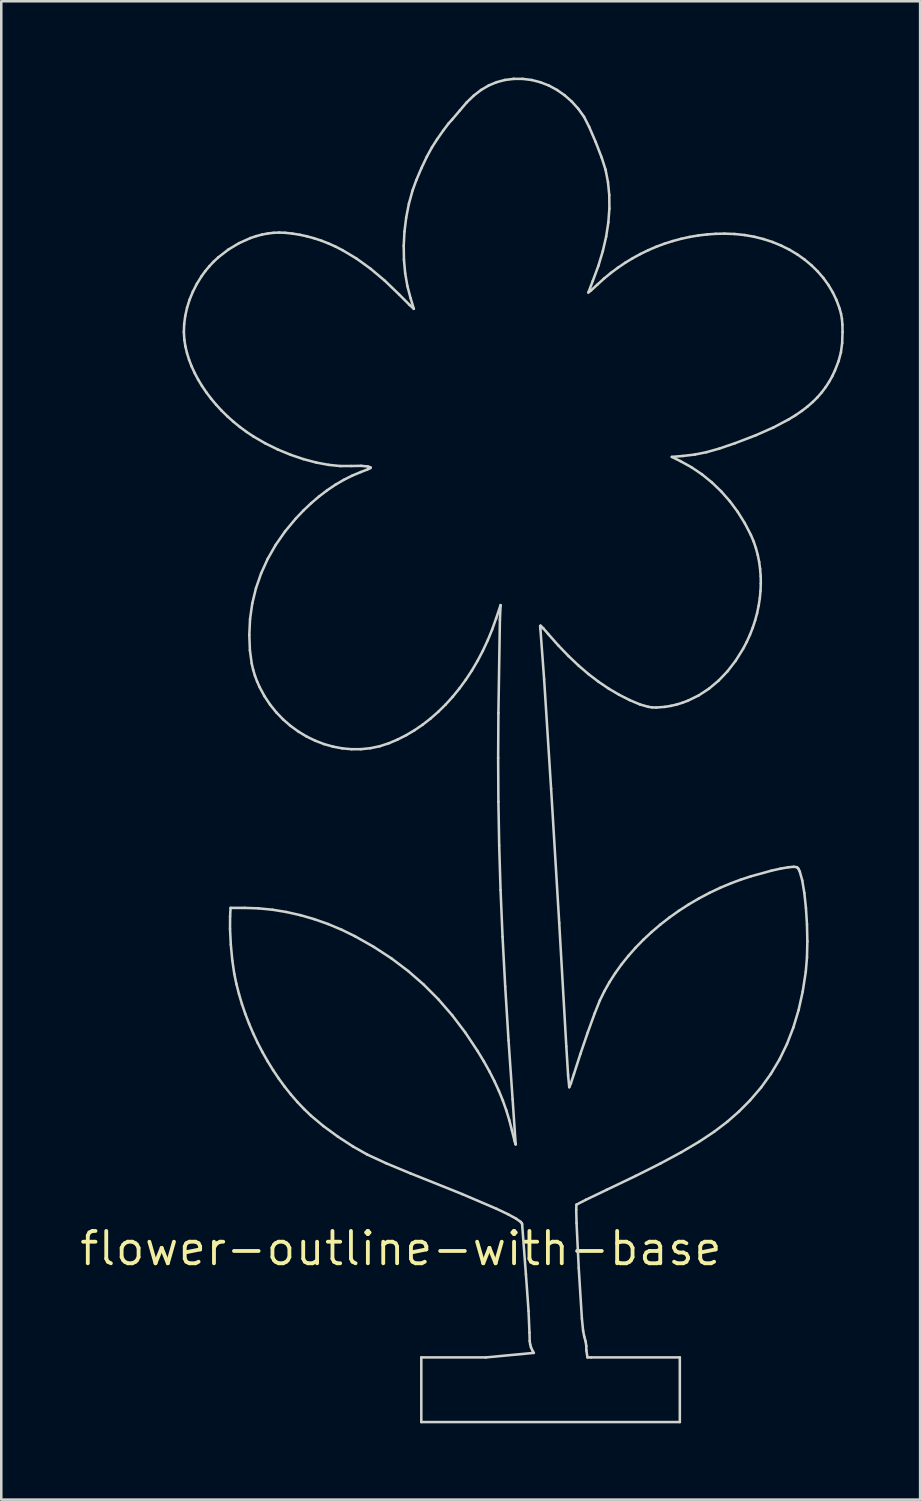
<source format=kicad_pcb>
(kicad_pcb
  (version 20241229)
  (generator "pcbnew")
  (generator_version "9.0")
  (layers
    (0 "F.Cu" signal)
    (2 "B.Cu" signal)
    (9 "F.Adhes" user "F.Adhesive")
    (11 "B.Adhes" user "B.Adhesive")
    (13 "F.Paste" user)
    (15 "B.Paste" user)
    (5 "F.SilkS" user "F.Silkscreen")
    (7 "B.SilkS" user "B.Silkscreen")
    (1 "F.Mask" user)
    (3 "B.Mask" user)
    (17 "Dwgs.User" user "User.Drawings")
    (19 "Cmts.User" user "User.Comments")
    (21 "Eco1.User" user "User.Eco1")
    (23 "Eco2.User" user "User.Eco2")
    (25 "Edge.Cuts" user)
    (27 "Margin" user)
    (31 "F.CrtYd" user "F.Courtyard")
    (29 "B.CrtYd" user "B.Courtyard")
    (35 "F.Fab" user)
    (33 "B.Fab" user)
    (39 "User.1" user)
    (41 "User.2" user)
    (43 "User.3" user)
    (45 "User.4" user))
  (footprint "flower-outline-with-base"
    (layer "F.Cu")
    (at 12.707 46.016)
    (property "Reference" "flower-outline-with-base" (at 0 0 0) (layer "F.SilkS") (effects (font (size 1.27 1.27) (thickness 0.15))))
    (attr through_hole)
    (fp_line (start -8.531 -36.014) (end -8.511 -35.706) (stroke (width 0.1) (type solid)) (layer "Edge.Cuts"))
    (fp_line (start -8.519 -36.33) (end -8.531 -36.014) (stroke (width 0.1) (type solid)) (layer "Edge.Cuts"))
    (fp_line (start -8.511 -35.706) (end -8.47 -35.448) (stroke (width 0.1) (type solid)) (layer "Edge.Cuts"))
    (fp_line (start -8.477 -36.65) (end -8.519 -36.33) (stroke (width 0.1) (type solid)) (layer "Edge.Cuts"))
    (fp_line (start -8.47 -35.448) (end -8.408 -35.189) (stroke (width 0.1) (type solid)) (layer "Edge.Cuts"))
    (fp_line (start -8.408 -35.189) (end -8.327 -34.929) (stroke (width 0.1) (type solid)) (layer "Edge.Cuts"))
    (fp_line (start -8.406 -36.971) (end -8.477 -36.65) (stroke (width 0.1) (type solid)) (layer "Edge.Cuts"))
    (fp_line (start -8.327 -34.929) (end -8.226 -34.668) (stroke (width 0.1) (type solid)) (layer "Edge.Cuts"))
    (fp_line (start -8.306 -37.29) (end -8.406 -36.971) (stroke (width 0.1) (type solid)) (layer "Edge.Cuts"))
    (fp_line (start -8.226 -34.668) (end -8.107 -34.409) (stroke (width 0.1) (type solid)) (layer "Edge.Cuts"))
    (fp_line (start -8.177 -37.604) (end -8.306 -37.29) (stroke (width 0.1) (type solid)) (layer "Edge.Cuts"))
    (fp_line (start -8.107 -34.409) (end -7.971 -34.151) (stroke (width 0.1) (type solid)) (layer "Edge.Cuts"))
    (fp_line (start -8.021 -37.911) (end -8.177 -37.604) (stroke (width 0.1) (type solid)) (layer "Edge.Cuts"))
    (fp_line (start -7.971 -34.151) (end -7.818 -33.897) (stroke (width 0.1) (type solid)) (layer "Edge.Cuts"))
    (fp_line (start -7.838 -38.207) (end -8.021 -37.911) (stroke (width 0.1) (type solid)) (layer "Edge.Cuts"))
    (fp_line (start -7.818 -33.897) (end -7.648 -33.646) (stroke (width 0.1) (type solid)) (layer "Edge.Cuts"))
    (fp_line (start -7.692 -38.409) (end -7.838 -38.207) (stroke (width 0.1) (type solid)) (layer "Edge.Cuts"))
    (fp_line (start -7.648 -33.646) (end -7.463 -33.401) (stroke (width 0.1) (type solid)) (layer "Edge.Cuts"))
    (fp_line (start -7.533 -38.6) (end -7.692 -38.409) (stroke (width 0.1) (type solid)) (layer "Edge.Cuts"))
    (fp_line (start -7.463 -33.401) (end -7.263 -33.161) (stroke (width 0.1) (type solid)) (layer "Edge.Cuts"))
    (fp_line (start -7.362 -38.782) (end -7.533 -38.6) (stroke (width 0.1) (type solid)) (layer "Edge.Cuts"))
    (fp_line (start -7.263 -33.161) (end -7.049 -32.929) (stroke (width 0.1) (type solid)) (layer "Edge.Cuts"))
    (fp_line (start -7.179 -38.952) (end -7.362 -38.782) (stroke (width 0.1) (type solid)) (layer "Edge.Cuts"))
    (fp_line (start -7.049 -32.929) (end -6.821 -32.705) (stroke (width 0.1) (type solid)) (layer "Edge.Cuts"))
    (fp_line (start -6.821 -32.705) (end -6.581 -32.49) (stroke (width 0.1) (type solid)) (layer "Edge.Cuts"))
    (fp_line (start -6.786 -39.256) (end -7.179 -38.952) (stroke (width 0.1) (type solid)) (layer "Edge.Cuts"))
    (fp_line (start -6.717 -12.558) (end -6.686 -11.945) (stroke (width 0.1) (type solid)) (layer "Edge.Cuts"))
    (fp_line (start -6.714 -13.055) (end -6.717 -12.558) (stroke (width 0.1) (type solid)) (layer "Edge.Cuts"))
    (fp_line (start -6.695 -13.386) (end -6.714 -13.055) (stroke (width 0.1) (type solid)) (layer "Edge.Cuts"))
    (fp_line (start -6.686 -11.945) (end -6.627 -11.32) (stroke (width 0.1) (type solid)) (layer "Edge.Cuts"))
    (fp_line (start -6.627 -11.32) (end -6.549 -10.789) (stroke (width 0.1) (type solid)) (layer "Edge.Cuts"))
    (fp_line (start -6.581 -32.49) (end -6.329 -32.285) (stroke (width 0.1) (type solid)) (layer "Edge.Cuts"))
    (fp_line (start -6.549 -10.789) (end -6.466 -10.395) (stroke (width 0.1) (type solid)) (layer "Edge.Cuts"))
    (fp_line (start -6.466 -10.395) (end -6.365 -10) (stroke (width 0.1) (type solid)) (layer "Edge.Cuts"))
    (fp_line (start -6.365 -10) (end -6.249 -9.608) (stroke (width 0.1) (type solid)) (layer "Edge.Cuts"))
    (fp_line (start -6.363 -39.51) (end -6.786 -39.256) (stroke (width 0.1) (type solid)) (layer "Edge.Cuts"))
    (fp_line (start -6.329 -32.285) (end -6.066 -32.091) (stroke (width 0.1) (type solid)) (layer "Edge.Cuts"))
    (fp_line (start -6.249 -9.608) (end -6.116 -9.219) (stroke (width 0.1) (type solid)) (layer "Edge.Cuts"))
    (fp_line (start -6.135 -13.386) (end -6.695 -13.386) (stroke (width 0.1) (type solid)) (layer "Edge.Cuts"))
    (fp_line (start -6.116 -9.219) (end -5.968 -8.833) (stroke (width 0.1) (type solid)) (layer "Edge.Cuts"))
    (fp_line (start -6.066 -32.091) (end -5.793 -31.91) (stroke (width 0.1) (type solid)) (layer "Edge.Cuts"))
    (fp_line (start -5.968 -8.833) (end -5.806 -8.453) (stroke (width 0.1) (type solid)) (layer "Edge.Cuts"))
    (fp_line (start -5.959 -24.118) (end -5.936 -23.513) (stroke (width 0.1) (type solid)) (layer "Edge.Cuts"))
    (fp_line (start -5.936 -23.513) (end -5.864 -22.988) (stroke (width 0.1) (type solid)) (layer "Edge.Cuts"))
    (fp_line (start -5.93 -24.739) (end -5.959 -24.118) (stroke (width 0.1) (type solid)) (layer "Edge.Cuts"))
    (fp_line (start -5.919 -39.709) (end -6.363 -39.51) (stroke (width 0.1) (type solid)) (layer "Edge.Cuts"))
    (fp_line (start -5.864 -22.988) (end -5.808 -22.746) (stroke (width 0.1) (type solid)) (layer "Edge.Cuts"))
    (fp_line (start -5.843 -25.349) (end -5.93 -24.739) (stroke (width 0.1) (type solid)) (layer "Edge.Cuts"))
    (fp_line (start -5.808 -22.746) (end -5.739 -22.514) (stroke (width 0.1) (type solid)) (layer "Edge.Cuts"))
    (fp_line (start -5.806 -8.453) (end -5.63 -8.08) (stroke (width 0.1) (type solid)) (layer "Edge.Cuts"))
    (fp_line (start -5.793 -31.91) (end -5.328 -31.64) (stroke (width 0.1) (type solid)) (layer "Edge.Cuts"))
    (fp_line (start -5.739 -22.514) (end -5.654 -22.286) (stroke (width 0.1) (type solid)) (layer "Edge.Cuts"))
    (fp_line (start -5.698 -25.948) (end -5.843 -25.349) (stroke (width 0.1) (type solid)) (layer "Edge.Cuts"))
    (fp_line (start -5.693 -39.785) (end -5.919 -39.709) (stroke (width 0.1) (type solid)) (layer "Edge.Cuts"))
    (fp_line (start -5.654 -22.286) (end -5.553 -22.06) (stroke (width 0.1) (type solid)) (layer "Edge.Cuts"))
    (fp_line (start -5.63 -8.08) (end -5.44 -7.714) (stroke (width 0.1) (type solid)) (layer "Edge.Cuts"))
    (fp_line (start -5.594 -13.368) (end -6.135 -13.386) (stroke (width 0.1) (type solid)) (layer "Edge.Cuts"))
    (fp_line (start -5.553 -22.06) (end -5.363 -21.706) (stroke (width 0.1) (type solid)) (layer "Edge.Cuts"))
    (fp_line (start -5.495 -26.532) (end -5.698 -25.948) (stroke (width 0.1) (type solid)) (layer "Edge.Cuts"))
    (fp_line (start -5.465 -39.846) (end -5.693 -39.785) (stroke (width 0.1) (type solid)) (layer "Edge.Cuts"))
    (fp_line (start -5.44 -7.714) (end -5.239 -7.358) (stroke (width 0.1) (type solid)) (layer "Edge.Cuts"))
    (fp_line (start -5.363 -21.706) (end -5.145 -21.377) (stroke (width 0.1) (type solid)) (layer "Edge.Cuts"))
    (fp_line (start -5.328 -31.64) (end -4.839 -31.4) (stroke (width 0.1) (type solid)) (layer "Edge.Cuts"))
    (fp_line (start -5.239 -7.358) (end -5.025 -7.011) (stroke (width 0.1) (type solid)) (layer "Edge.Cuts"))
    (fp_line (start -5.237 -27.101) (end -5.495 -26.532) (stroke (width 0.1) (type solid)) (layer "Edge.Cuts"))
    (fp_line (start -5.236 -39.89) (end -5.465 -39.846) (stroke (width 0.1) (type solid)) (layer "Edge.Cuts"))
    (fp_line (start -5.145 -21.377) (end -4.9 -21.072) (stroke (width 0.1) (type solid)) (layer "Edge.Cuts"))
    (fp_line (start -5.048 -13.314) (end -5.594 -13.368) (stroke (width 0.1) (type solid)) (layer "Edge.Cuts"))
    (fp_line (start -5.025 -7.011) (end -4.801 -6.677) (stroke (width 0.1) (type solid)) (layer "Edge.Cuts"))
    (fp_line (start -5.007 -39.917) (end -5.236 -39.89) (stroke (width 0.1) (type solid)) (layer "Edge.Cuts"))
    (fp_line (start -4.923 -27.65) (end -5.237 -27.101) (stroke (width 0.1) (type solid)) (layer "Edge.Cuts"))
    (fp_line (start -4.9 -21.072) (end -4.632 -20.794) (stroke (width 0.1) (type solid)) (layer "Edge.Cuts"))
    (fp_line (start -4.839 -31.4) (end -4.337 -31.193) (stroke (width 0.1) (type solid)) (layer "Edge.Cuts"))
    (fp_line (start -4.801 -6.677) (end -4.566 -6.355) (stroke (width 0.1) (type solid)) (layer "Edge.Cuts"))
    (fp_line (start -4.781 -39.927) (end -5.007 -39.917) (stroke (width 0.1) (type solid)) (layer "Edge.Cuts"))
    (fp_line (start -4.632 -20.794) (end -4.342 -20.541) (stroke (width 0.1) (type solid)) (layer "Edge.Cuts"))
    (fp_line (start -4.566 -6.355) (end -4.321 -6.047) (stroke (width 0.1) (type solid)) (layer "Edge.Cuts"))
    (fp_line (start -4.558 -39.918) (end -4.781 -39.927) (stroke (width 0.1) (type solid)) (layer "Edge.Cuts"))
    (fp_line (start -4.555 -28.18) (end -4.923 -27.65) (stroke (width 0.1) (type solid)) (layer "Edge.Cuts"))
    (fp_line (start -4.499 -13.224) (end -5.048 -13.314) (stroke (width 0.1) (type solid)) (layer "Edge.Cuts"))
    (fp_line (start -4.342 -20.541) (end -4.034 -20.318) (stroke (width 0.1) (type solid)) (layer "Edge.Cuts"))
    (fp_line (start -4.337 -31.193) (end -3.831 -31.022) (stroke (width 0.1) (type solid)) (layer "Edge.Cuts"))
    (fp_line (start -4.321 -6.047) (end -4.067 -5.754) (stroke (width 0.1) (type solid)) (layer "Edge.Cuts"))
    (fp_line (start -4.266 -39.887) (end -4.558 -39.918) (stroke (width 0.1) (type solid)) (layer "Edge.Cuts"))
    (fp_line (start -4.134 -28.686) (end -4.555 -28.18) (stroke (width 0.1) (type solid)) (layer "Edge.Cuts"))
    (fp_line (start -4.067 -5.754) (end -3.804 -5.478) (stroke (width 0.1) (type solid)) (layer "Edge.Cuts"))
    (fp_line (start -4.034 -20.318) (end -3.71 -20.122) (stroke (width 0.1) (type solid)) (layer "Edge.Cuts"))
    (fp_line (start -3.978 -39.84) (end -4.266 -39.887) (stroke (width 0.1) (type solid)) (layer "Edge.Cuts"))
    (fp_line (start -3.95 -13.1) (end -4.499 -13.224) (stroke (width 0.1) (type solid)) (layer "Edge.Cuts"))
    (fp_line (start -3.834 -29.001) (end -4.134 -28.686) (stroke (width 0.1) (type solid)) (layer "Edge.Cuts"))
    (fp_line (start -3.831 -31.022) (end -3.332 -30.889) (stroke (width 0.1) (type solid)) (layer "Edge.Cuts"))
    (fp_line (start -3.804 -5.478) (end -3.535 -5.219) (stroke (width 0.1) (type solid)) (layer "Edge.Cuts"))
    (fp_line (start -3.71 -20.122) (end -3.372 -19.958) (stroke (width 0.1) (type solid)) (layer "Edge.Cuts"))
    (fp_line (start -3.692 -39.778) (end -3.978 -39.84) (stroke (width 0.1) (type solid)) (layer "Edge.Cuts"))
    (fp_line (start -3.535 -5.219) (end -3.047 -4.811) (stroke (width 0.1) (type solid)) (layer "Edge.Cuts"))
    (fp_line (start -3.528 -29.291) (end -3.834 -29.001) (stroke (width 0.1) (type solid)) (layer "Edge.Cuts"))
    (fp_line (start -3.409 -39.701) (end -3.692 -39.778) (stroke (width 0.1) (type solid)) (layer "Edge.Cuts"))
    (fp_line (start -3.403 -12.942) (end -3.95 -13.1) (stroke (width 0.1) (type solid)) (layer "Edge.Cuts"))
    (fp_line (start -3.372 -19.958) (end -3.024 -19.824) (stroke (width 0.1) (type solid)) (layer "Edge.Cuts"))
    (fp_line (start -3.332 -30.889) (end -2.847 -30.798) (stroke (width 0.1) (type solid)) (layer "Edge.Cuts"))
    (fp_line (start -3.217 -29.557) (end -3.528 -29.291) (stroke (width 0.1) (type solid)) (layer "Edge.Cuts"))
    (fp_line (start -3.127 -39.608) (end -3.409 -39.701) (stroke (width 0.1) (type solid)) (layer "Edge.Cuts"))
    (fp_line (start -3.047 -4.811) (end -2.481 -4.397) (stroke (width 0.1) (type solid)) (layer "Edge.Cuts"))
    (fp_line (start -3.024 -19.824) (end -2.666 -19.723) (stroke (width 0.1) (type solid)) (layer "Edge.Cuts"))
    (fp_line (start -2.9 -29.798) (end -3.217 -29.557) (stroke (width 0.1) (type solid)) (layer "Edge.Cuts"))
    (fp_line (start -2.862 -12.751) (end -3.403 -12.942) (stroke (width 0.1) (type solid)) (layer "Edge.Cuts"))
    (fp_line (start -2.848 -39.499) (end -3.127 -39.608) (stroke (width 0.1) (type solid)) (layer "Edge.Cuts"))
    (fp_line (start -2.847 -30.798) (end -2.387 -30.751) (stroke (width 0.1) (type solid)) (layer "Edge.Cuts"))
    (fp_line (start -2.666 -19.723) (end -2.302 -19.655) (stroke (width 0.1) (type solid)) (layer "Edge.Cuts"))
    (fp_line (start -2.578 -30.015) (end -2.9 -29.798) (stroke (width 0.1) (type solid)) (layer "Edge.Cuts"))
    (fp_line (start -2.57 -39.374) (end -2.848 -39.499) (stroke (width 0.1) (type solid)) (layer "Edge.Cuts"))
    (fp_line (start -2.481 -4.397) (end -1.89 -4.012) (stroke (width 0.1) (type solid)) (layer "Edge.Cuts"))
    (fp_line (start -2.387 -30.751) (end -1.962 -30.752) (stroke (width 0.1) (type solid)) (layer "Edge.Cuts"))
    (fp_line (start -2.329 -12.527) (end -2.862 -12.751) (stroke (width 0.1) (type solid)) (layer "Edge.Cuts"))
    (fp_line (start -2.302 -19.655) (end -1.935 -19.622) (stroke (width 0.1) (type solid)) (layer "Edge.Cuts"))
    (fp_line (start -2.293 -39.232) (end -2.57 -39.374) (stroke (width 0.1) (type solid)) (layer "Edge.Cuts"))
    (fp_line (start -2.25 -30.206) (end -2.578 -30.015) (stroke (width 0.1) (type solid)) (layer "Edge.Cuts"))
    (fp_line (start -1.962 -30.752) (end -1.565 -30.759) (stroke (width 0.1) (type solid)) (layer "Edge.Cuts"))
    (fp_line (start -1.935 -19.622) (end -1.566 -19.624) (stroke (width 0.1) (type solid)) (layer "Edge.Cuts"))
    (fp_line (start -1.917 -30.373) (end -2.25 -30.206) (stroke (width 0.1) (type solid)) (layer "Edge.Cuts"))
    (fp_line (start -1.89 -4.012) (end -1.326 -3.693) (stroke (width 0.1) (type solid)) (layer "Edge.Cuts"))
    (fp_line (start -1.806 -12.271) (end -2.329 -12.527) (stroke (width 0.1) (type solid)) (layer "Edge.Cuts"))
    (fp_line (start -1.74 -38.9) (end -2.293 -39.232) (stroke (width 0.1) (type solid)) (layer "Edge.Cuts"))
    (fp_line (start -1.579 -30.514) (end -1.917 -30.373) (stroke (width 0.1) (type solid)) (layer "Edge.Cuts"))
    (fp_line (start -1.566 -19.624) (end -1.198 -19.663) (stroke (width 0.1) (type solid)) (layer "Edge.Cuts"))
    (fp_line (start -1.565 -30.759) (end -1.3 -30.733) (stroke (width 0.1) (type solid)) (layer "Edge.Cuts"))
    (fp_line (start -1.326 -3.693) (end -0.575 -3.346) (stroke (width 0.1) (type solid)) (layer "Edge.Cuts"))
    (fp_line (start -1.321 -30.614) (end -1.579 -30.514) (stroke (width 0.1) (type solid)) (layer "Edge.Cuts"))
    (fp_line (start -1.3 -30.733) (end -1.208 -30.703) (stroke (width 0.1) (type solid)) (layer "Edge.Cuts"))
    (fp_line (start -1.208 -30.703) (end -1.194 -30.688) (stroke (width 0.1) (type solid)) (layer "Edge.Cuts"))
    (fp_line (start -1.206 -30.67) (end -1.321 -30.614) (stroke (width 0.1) (type solid)) (layer "Edge.Cuts"))
    (fp_line (start -1.198 -19.663) (end -0.835 -19.739) (stroke (width 0.1) (type solid)) (layer "Edge.Cuts"))
    (fp_line (start -1.194 -30.688) (end -1.206 -30.67) (stroke (width 0.1) (type solid)) (layer "Edge.Cuts"))
    (fp_line (start -1.187 -38.5) (end -1.74 -38.9) (stroke (width 0.1) (type solid)) (layer "Edge.Cuts"))
    (fp_line (start -1.065 -11.852) (end -1.806 -12.271) (stroke (width 0.1) (type solid)) (layer "Edge.Cuts"))
    (fp_line (start -0.835 -19.739) (end -0.478 -19.855) (stroke (width 0.1) (type solid)) (layer "Edge.Cuts"))
    (fp_line (start -0.632 -38.032) (end -1.187 -38.5) (stroke (width 0.1) (type solid)) (layer "Edge.Cuts"))
    (fp_line (start -0.575 -3.346) (end 0.381 -2.949) (stroke (width 0.1) (type solid)) (layer "Edge.Cuts"))
    (fp_line (start -0.478 -19.855) (end -0.132 -20.002) (stroke (width 0.1) (type solid)) (layer "Edge.Cuts"))
    (fp_line (start -0.369 -11.398) (end -1.065 -11.852) (stroke (width 0.1) (type solid)) (layer "Edge.Cuts"))
    (fp_line (start -0.132 -20.002) (end 0.207 -20.174) (stroke (width 0.1) (type solid)) (layer "Edge.Cuts"))
    (fp_line (start -0.071 -37.493) (end -0.632 -38.032) (stroke (width 0.1) (type solid)) (layer "Edge.Cuts"))
    (fp_line (start 0.109 -39.407) (end 0.118 -38.859) (stroke (width 0.1) (type solid)) (layer "Edge.Cuts"))
    (fp_line (start 0.118 -38.859) (end 0.166 -38.327) (stroke (width 0.1) (type solid)) (layer "Edge.Cuts"))
    (fp_line (start 0.138 -39.962) (end 0.109 -39.407) (stroke (width 0.1) (type solid)) (layer "Edge.Cuts"))
    (fp_line (start 0.166 -38.327) (end 0.254 -37.819) (stroke (width 0.1) (type solid)) (layer "Edge.Cuts"))
    (fp_line (start 0.206 -40.515) (end 0.138 -39.962) (stroke (width 0.1) (type solid)) (layer "Edge.Cuts"))
    (fp_line (start 0.207 -20.174) (end 0.537 -20.37) (stroke (width 0.1) (type solid)) (layer "Edge.Cuts"))
    (fp_line (start 0.254 -37.819) (end 0.38 -37.344) (stroke (width 0.1) (type solid)) (layer "Edge.Cuts"))
    (fp_line (start 0.283 -10.905) (end -0.369 -11.398) (stroke (width 0.1) (type solid)) (layer "Edge.Cuts"))
    (fp_line (start 0.312 -41.058) (end 0.206 -40.515) (stroke (width 0.1) (type solid)) (layer "Edge.Cuts"))
    (fp_line (start 0.336 -37.085) (end -0.071 -37.493) (stroke (width 0.1) (type solid)) (layer "Edge.Cuts"))
    (fp_line (start 0.38 -37.344) (end 0.506 -36.929) (stroke (width 0.1) (type solid)) (layer "Edge.Cuts"))
    (fp_line (start 0.381 -2.949) (end 2.402 -2.14) (stroke (width 0.1) (type solid)) (layer "Edge.Cuts"))
    (fp_line (start 0.457 -41.581) (end 0.312 -41.058) (stroke (width 0.1) (type solid)) (layer "Edge.Cuts"))
    (fp_line (start 0.506 -36.929) (end 0.336 -37.085) (stroke (width 0.1) (type solid)) (layer "Edge.Cuts"))
    (fp_line (start 0.537 -20.37) (end 0.858 -20.589) (stroke (width 0.1) (type solid)) (layer "Edge.Cuts"))
    (fp_line (start 0.605 -41.989) (end 0.457 -41.581) (stroke (width 0.1) (type solid)) (layer "Edge.Cuts"))
    (fp_line (start 0.8 4.28) (end 0.8 6.82) (stroke (width 0.1) (type solid)) (layer "Edge.Cuts"))
    (fp_line (start 0.8 6.82) (end 10.96 6.82) (stroke (width 0.1) (type solid)) (layer "Edge.Cuts"))
    (fp_line (start 0.801 -42.45) (end 0.605 -41.989) (stroke (width 0.1) (type solid)) (layer "Edge.Cuts"))
    (fp_line (start 0.858 -20.589) (end 1.169 -20.832) (stroke (width 0.1) (type solid)) (layer "Edge.Cuts"))
    (fp_line (start 0.896 -10.371) (end 0.283 -10.905) (stroke (width 0.1) (type solid)) (layer "Edge.Cuts"))
    (fp_line (start 1.014 -42.9) (end 0.801 -42.45) (stroke (width 0.1) (type solid)) (layer "Edge.Cuts"))
    (fp_line (start 1.169 -20.832) (end 1.469 -21.096) (stroke (width 0.1) (type solid)) (layer "Edge.Cuts"))
    (fp_line (start 1.217 -43.273) (end 1.014 -42.9) (stroke (width 0.1) (type solid)) (layer "Edge.Cuts"))
    (fp_line (start 1.419 -43.588) (end 1.217 -43.273) (stroke (width 0.1) (type solid)) (layer "Edge.Cuts"))
    (fp_line (start 1.469 -21.096) (end 1.759 -21.381) (stroke (width 0.1) (type solid)) (layer "Edge.Cuts"))
    (fp_line (start 1.471 -9.793) (end 0.896 -10.371) (stroke (width 0.1) (type solid)) (layer "Edge.Cuts"))
    (fp_line (start 1.66 -43.933) (end 1.419 -43.588) (stroke (width 0.1) (type solid)) (layer "Edge.Cuts"))
    (fp_line (start 1.759 -21.381) (end 2.036 -21.687) (stroke (width 0.1) (type solid)) (layer "Edge.Cuts"))
    (fp_line (start 1.877 -44.22) (end 1.66 -43.933) (stroke (width 0.1) (type solid)) (layer "Edge.Cuts"))
    (fp_line (start 2.009 -44.365) (end 1.877 -44.22) (stroke (width 0.1) (type solid)) (layer "Edge.Cuts"))
    (fp_line (start 2.013 -9.168) (end 1.471 -9.793) (stroke (width 0.1) (type solid)) (layer "Edge.Cuts"))
    (fp_line (start 2.036 -21.687) (end 2.3 -22.012) (stroke (width 0.1) (type solid)) (layer "Edge.Cuts"))
    (fp_line (start 2.3 -22.012) (end 2.551 -22.355) (stroke (width 0.1) (type solid)) (layer "Edge.Cuts"))
    (fp_line (start 2.316 -44.726) (end 2.009 -44.365) (stroke (width 0.1) (type solid)) (layer "Edge.Cuts"))
    (fp_line (start 2.402 -2.14) (end 3.76 -1.559) (stroke (width 0.1) (type solid)) (layer "Edge.Cuts"))
    (fp_line (start 2.525 -8.493) (end 2.013 -9.168) (stroke (width 0.1) (type solid)) (layer "Edge.Cuts"))
    (fp_line (start 2.551 -22.355) (end 2.789 -22.717) (stroke (width 0.1) (type solid)) (layer "Edge.Cuts"))
    (fp_line (start 2.584 -45.041) (end 2.316 -44.726) (stroke (width 0.1) (type solid)) (layer "Edge.Cuts"))
    (fp_line (start 2.789 -22.717) (end 3.011 -23.095) (stroke (width 0.1) (type solid)) (layer "Edge.Cuts"))
    (fp_line (start 2.861 -45.308) (end 2.584 -45.041) (stroke (width 0.1) (type solid)) (layer "Edge.Cuts"))
    (fp_line (start 3.009 -7.765) (end 2.525 -8.493) (stroke (width 0.1) (type solid)) (layer "Edge.Cuts"))
    (fp_line (start 3.011 -23.095) (end 3.219 -23.49) (stroke (width 0.1) (type solid)) (layer "Edge.Cuts"))
    (fp_line (start 3.148 -45.53) (end 2.861 -45.308) (stroke (width 0.1) (type solid)) (layer "Edge.Cuts"))
    (fp_line (start 3.219 -23.49) (end 3.41 -23.9) (stroke (width 0.1) (type solid)) (layer "Edge.Cuts"))
    (fp_line (start 3.257 -7.356) (end 3.009 -7.765) (stroke (width 0.1) (type solid)) (layer "Edge.Cuts"))
    (fp_line (start 3.34 4.28) (end 0.8 4.28) (stroke (width 0.1) (type solid)) (layer "Edge.Cuts"))
    (fp_line (start 3.41 -23.9) (end 3.584 -24.325) (stroke (width 0.1) (type solid)) (layer "Edge.Cuts"))
    (fp_line (start 3.447 -45.706) (end 3.148 -45.53) (stroke (width 0.1) (type solid)) (layer "Edge.Cuts"))
    (fp_line (start 3.478 -6.96) (end 3.257 -7.356) (stroke (width 0.1) (type solid)) (layer "Edge.Cuts"))
    (fp_line (start 3.584 -24.325) (end 3.741 -24.764) (stroke (width 0.1) (type solid)) (layer "Edge.Cuts"))
    (fp_line (start 3.675 -6.573) (end 3.478 -6.96) (stroke (width 0.1) (type solid)) (layer "Edge.Cuts"))
    (fp_line (start 3.741 -24.764) (end 3.915 -25.284) (stroke (width 0.1) (type solid)) (layer "Edge.Cuts"))
    (fp_line (start 3.759 -45.836) (end 3.447 -45.706) (stroke (width 0.1) (type solid)) (layer "Edge.Cuts"))
    (fp_line (start 3.76 -1.559) (end 4.212 -1.345) (stroke (width 0.1) (type solid)) (layer "Edge.Cuts"))
    (fp_line (start 3.82 -19.278) (end 3.83 -17.557) (stroke (width 0.1) (type solid)) (layer "Edge.Cuts"))
    (fp_line (start 3.83 -21.045) (end 3.82 -19.278) (stroke (width 0.1) (type solid)) (layer "Edge.Cuts"))
    (fp_line (start 3.83 -17.557) (end 3.861 -15.839) (stroke (width 0.1) (type solid)) (layer "Edge.Cuts"))
    (fp_line (start 3.85 -6.192) (end 3.675 -6.573) (stroke (width 0.1) (type solid)) (layer "Edge.Cuts"))
    (fp_line (start 3.861 -15.839) (end 3.915 -14.084) (stroke (width 0.1) (type solid)) (layer "Edge.Cuts"))
    (fp_line (start 3.889 -24.701) (end 3.83 -21.045) (stroke (width 0.1) (type solid)) (layer "Edge.Cuts"))
    (fp_line (start 3.915 -25.284) (end 3.889 -24.701) (stroke (width 0.1) (type solid)) (layer "Edge.Cuts"))
    (fp_line (start 3.915 -14.084) (end 3.993 -12.251) (stroke (width 0.1) (type solid)) (layer "Edge.Cuts"))
    (fp_line (start 3.993 -12.251) (end 4.097 -10.298) (stroke (width 0.1) (type solid)) (layer "Edge.Cuts"))
    (fp_line (start 4.005 -5.813) (end 3.85 -6.192) (stroke (width 0.1) (type solid)) (layer "Edge.Cuts"))
    (fp_line (start 4.085 -45.923) (end 3.759 -45.836) (stroke (width 0.1) (type solid)) (layer "Edge.Cuts"))
    (fp_line (start 4.097 -10.298) (end 4.228 -8.183) (stroke (width 0.1) (type solid)) (layer "Edge.Cuts"))
    (fp_line (start 4.14 -5.43) (end 4.005 -5.813) (stroke (width 0.1) (type solid)) (layer "Edge.Cuts"))
    (fp_line (start 4.212 -1.345) (end 4.523 -1.175) (stroke (width 0.1) (type solid)) (layer "Edge.Cuts"))
    (fp_line (start 4.228 -8.183) (end 4.388 -5.867) (stroke (width 0.1) (type solid)) (layer "Edge.Cuts"))
    (fp_line (start 4.259 -5.041) (end 4.14 -5.43) (stroke (width 0.1) (type solid)) (layer "Edge.Cuts"))
    (fp_line (start 4.362 -4.641) (end 4.259 -5.041) (stroke (width 0.1) (type solid)) (layer "Edge.Cuts"))
    (fp_line (start 4.388 -5.867) (end 4.509 -4.092) (stroke (width 0.1) (type solid)) (layer "Edge.Cuts"))
    (fp_line (start 4.428 -45.966) (end 4.085 -45.923) (stroke (width 0.1) (type solid)) (layer "Edge.Cuts"))
    (fp_line (start 4.428 -45.966) (end 4.428 -45.966) (stroke (width 0.1) (type solid)) (layer "Edge.Cuts"))
    (fp_line (start 4.464 -4.229) (end 4.362 -4.641) (stroke (width 0.1) (type solid)) (layer "Edge.Cuts"))
    (fp_line (start 4.496 -4.117) (end 4.464 -4.229) (stroke (width 0.1) (type solid)) (layer "Edge.Cuts"))
    (fp_line (start 4.509 -4.092) (end 4.496 -4.117) (stroke (width 0.1) (type solid)) (layer "Edge.Cuts"))
    (fp_line (start 4.523 -1.175) (end 4.704 -1.047) (stroke (width 0.1) (type solid)) (layer "Edge.Cuts"))
    (fp_line (start 4.704 -1.047) (end 4.748 -0.997) (stroke (width 0.1) (type solid)) (layer "Edge.Cuts"))
    (fp_line (start 4.748 -0.997) (end 4.762 -0.957) (stroke (width 0.1) (type solid)) (layer "Edge.Cuts"))
    (fp_line (start 4.762 -0.957) (end 4.911 1.011) (stroke (width 0.1) (type solid)) (layer "Edge.Cuts"))
    (fp_line (start 4.787 -45.966) (end 4.428 -45.966) (stroke (width 0.1) (type solid)) (layer "Edge.Cuts"))
    (fp_line (start 4.911 1.011) (end 5.014 2.448) (stroke (width 0.1) (type solid)) (layer "Edge.Cuts"))
    (fp_line (start 5.014 2.448) (end 5.051 3.308) (stroke (width 0.1) (type solid)) (layer "Edge.Cuts"))
    (fp_line (start 5.051 3.308) (end 5.06 3.636) (stroke (width 0.1) (type solid)) (layer "Edge.Cuts"))
    (fp_line (start 5.06 3.636) (end 5.079 3.768) (stroke (width 0.1) (type solid)) (layer "Edge.Cuts"))
    (fp_line (start 5.079 3.768) (end 5.111 3.886) (stroke (width 0.1) (type solid)) (layer "Edge.Cuts"))
    (fp_line (start 5.111 3.886) (end 5.158 3.995) (stroke (width 0.1) (type solid)) (layer "Edge.Cuts"))
    (fp_line (start 5.14 -45.922) (end 4.787 -45.966) (stroke (width 0.1) (type solid)) (layer "Edge.Cuts"))
    (fp_line (start 5.158 3.995) (end 5.221 4.102) (stroke (width 0.1) (type solid)) (layer "Edge.Cuts"))
    (fp_line (start 5.221 4.102) (end 3.34 4.28) (stroke (width 0.1) (type solid)) (layer "Edge.Cuts"))
    (fp_line (start 5.471 -24.456) (end 5.479 -24.473) (stroke (width 0.1) (type solid)) (layer "Edge.Cuts"))
    (fp_line (start 5.479 -24.473) (end 5.5 -24.466) (stroke (width 0.1) (type solid)) (layer "Edge.Cuts"))
    (fp_line (start 5.48 -24.357) (end 5.471 -24.456) (stroke (width 0.1) (type solid)) (layer "Edge.Cuts"))
    (fp_line (start 5.484 -45.833) (end 5.14 -45.922) (stroke (width 0.1) (type solid)) (layer "Edge.Cuts"))
    (fp_line (start 5.5 -24.466) (end 5.598 -24.369) (stroke (width 0.1) (type solid)) (layer "Edge.Cuts"))
    (fp_line (start 5.598 -24.369) (end 5.791 -24.145) (stroke (width 0.1) (type solid)) (layer "Edge.Cuts"))
    (fp_line (start 5.626 -22.382) (end 5.48 -24.357) (stroke (width 0.1) (type solid)) (layer "Edge.Cuts"))
    (fp_line (start 5.791 -24.145) (end 6.189 -23.696) (stroke (width 0.1) (type solid)) (layer "Edge.Cuts"))
    (fp_line (start 5.818 -45.702) (end 5.484 -45.833) (stroke (width 0.1) (type solid)) (layer "Edge.Cuts"))
    (fp_line (start 5.901 -18.071) (end 5.626 -22.382) (stroke (width 0.1) (type solid)) (layer "Edge.Cuts"))
    (fp_line (start 6.137 -45.529) (end 5.818 -45.702) (stroke (width 0.1) (type solid)) (layer "Edge.Cuts"))
    (fp_line (start 6.189 -23.696) (end 6.584 -23.285) (stroke (width 0.1) (type solid)) (layer "Edge.Cuts"))
    (fp_line (start 6.22 -12.798) (end 5.901 -18.071) (stroke (width 0.1) (type solid)) (layer "Edge.Cuts"))
    (fp_line (start 6.438 -45.318) (end 6.137 -45.529) (stroke (width 0.1) (type solid)) (layer "Edge.Cuts"))
    (fp_line (start 6.499 -7.941) (end 6.22 -12.798) (stroke (width 0.1) (type solid)) (layer "Edge.Cuts"))
    (fp_line (start 6.569 -6.809) (end 6.499 -7.941) (stroke (width 0.1) (type solid)) (layer "Edge.Cuts"))
    (fp_line (start 6.584 -23.285) (end 6.977 -22.912) (stroke (width 0.1) (type solid)) (layer "Edge.Cuts"))
    (fp_line (start 6.614 -6.339) (end 6.569 -6.809) (stroke (width 0.1) (type solid)) (layer "Edge.Cuts"))
    (fp_line (start 6.679 -6.491) (end 6.614 -6.339) (stroke (width 0.1) (type solid)) (layer "Edge.Cuts"))
    (fp_line (start 6.717 -45.07) (end 6.438 -45.318) (stroke (width 0.1) (type solid)) (layer "Edge.Cuts"))
    (fp_line (start 6.798 -6.855) (end 6.679 -6.491) (stroke (width 0.1) (type solid)) (layer "Edge.Cuts"))
    (fp_line (start 6.888 -1.524) (end 6.896 -1.723) (stroke (width 0.1) (type solid)) (layer "Edge.Cuts"))
    (fp_line (start 6.896 -1.723) (end 7.266 -1.914) (stroke (width 0.1) (type solid)) (layer "Edge.Cuts"))
    (fp_line (start 6.901 -1.005) (end 6.888 -1.524) (stroke (width 0.1) (type solid)) (layer "Edge.Cuts"))
    (fp_line (start 6.971 -44.788) (end 6.717 -45.07) (stroke (width 0.1) (type solid)) (layer "Edge.Cuts"))
    (fp_line (start 6.977 -22.912) (end 7.371 -22.574) (stroke (width 0.1) (type solid)) (layer "Edge.Cuts"))
    (fp_line (start 6.987 0.775) (end 6.901 -1.005) (stroke (width 0.1) (type solid)) (layer "Edge.Cuts"))
    (fp_line (start 7.05 -7.64) (end 6.798 -6.855) (stroke (width 0.1) (type solid)) (layer "Edge.Cuts"))
    (fp_line (start 7.111 2.751) (end 6.987 0.775) (stroke (width 0.1) (type solid)) (layer "Edge.Cuts"))
    (fp_line (start 7.159 3.231) (end 7.111 2.751) (stroke (width 0.1) (type solid)) (layer "Edge.Cuts"))
    (fp_line (start 7.196 -44.474) (end 6.971 -44.788) (stroke (width 0.1) (type solid)) (layer "Edge.Cuts"))
    (fp_line (start 7.205 3.465) (end 7.159 3.231) (stroke (width 0.1) (type solid)) (layer "Edge.Cuts"))
    (fp_line (start 7.257 3.649) (end 7.205 3.465) (stroke (width 0.1) (type solid)) (layer "Edge.Cuts"))
    (fp_line (start 7.266 -1.914) (end 8.092 -2.31) (stroke (width 0.1) (type solid)) (layer "Edge.Cuts"))
    (fp_line (start 7.284 3.831) (end 7.257 3.649) (stroke (width 0.1) (type solid)) (layer "Edge.Cuts"))
    (fp_line (start 7.287 4.006) (end 7.284 3.831) (stroke (width 0.1) (type solid)) (layer "Edge.Cuts"))
    (fp_line (start 7.33 4.28) (end 7.287 4.006) (stroke (width 0.1) (type solid)) (layer "Edge.Cuts"))
    (fp_line (start 7.34 -8.487) (end 7.05 -7.64) (stroke (width 0.1) (type solid)) (layer "Edge.Cuts"))
    (fp_line (start 7.366 -37.572) (end 7.538 -38.021) (stroke (width 0.1) (type solid)) (layer "Edge.Cuts"))
    (fp_line (start 7.371 -22.574) (end 7.766 -22.272) (stroke (width 0.1) (type solid)) (layer "Edge.Cuts"))
    (fp_line (start 7.396 -44.08) (end 7.196 -44.474) (stroke (width 0.1) (type solid)) (layer "Edge.Cuts"))
    (fp_line (start 7.47 -37.652) (end 7.366 -37.572) (stroke (width 0.1) (type solid)) (layer "Edge.Cuts"))
    (fp_line (start 7.473 4.28) (end 7.33 4.28) (stroke (width 0.1) (type solid)) (layer "Edge.Cuts"))
    (fp_line (start 7.538 -38.021) (end 7.759 -38.618) (stroke (width 0.1) (type solid)) (layer "Edge.Cuts"))
    (fp_line (start 7.614 -9.241) (end 7.34 -8.487) (stroke (width 0.1) (type solid)) (layer "Edge.Cuts"))
    (fp_line (start 7.652 -43.487) (end 7.396 -44.08) (stroke (width 0.1) (type solid)) (layer "Edge.Cuts"))
    (fp_line (start 7.719 -37.881) (end 7.47 -37.652) (stroke (width 0.1) (type solid)) (layer "Edge.Cuts"))
    (fp_line (start 7.759 -38.618) (end 7.935 -39.202) (stroke (width 0.1) (type solid)) (layer "Edge.Cuts"))
    (fp_line (start 7.766 -22.272) (end 8.166 -22.002) (stroke (width 0.1) (type solid)) (layer "Edge.Cuts"))
    (fp_line (start 7.816 -9.747) (end 7.614 -9.241) (stroke (width 0.1) (type solid)) (layer "Edge.Cuts"))
    (fp_line (start 7.891 -42.868) (end 7.652 -43.487) (stroke (width 0.1) (type solid)) (layer "Edge.Cuts"))
    (fp_line (start 7.935 -39.202) (end 8.066 -39.773) (stroke (width 0.1) (type solid)) (layer "Edge.Cuts"))
    (fp_line (start 7.979 -38.117) (end 7.719 -37.881) (stroke (width 0.1) (type solid)) (layer "Edge.Cuts"))
    (fp_line (start 7.993 -10.109) (end 7.816 -9.747) (stroke (width 0.1) (type solid)) (layer "Edge.Cuts"))
    (fp_line (start 8.04 -42.401) (end 7.891 -42.868) (stroke (width 0.1) (type solid)) (layer "Edge.Cuts"))
    (fp_line (start 8.066 -39.773) (end 8.151 -40.33) (stroke (width 0.1) (type solid)) (layer "Edge.Cuts"))
    (fp_line (start 8.092 -2.31) (end 9.23 -2.855) (stroke (width 0.1) (type solid)) (layer "Edge.Cuts"))
    (fp_line (start 8.136 -41.909) (end 8.04 -42.401) (stroke (width 0.1) (type solid)) (layer "Edge.Cuts"))
    (fp_line (start 8.151 -40.33) (end 8.192 -40.873) (stroke (width 0.1) (type solid)) (layer "Edge.Cuts"))
    (fp_line (start 8.166 -22.002) (end 8.571 -21.764) (stroke (width 0.1) (type solid)) (layer "Edge.Cuts"))
    (fp_line (start 8.187 -41.399) (end 8.136 -41.909) (stroke (width 0.1) (type solid)) (layer "Edge.Cuts"))
    (fp_line (start 8.192 -40.873) (end 8.187 -41.399) (stroke (width 0.1) (type solid)) (layer "Edge.Cuts"))
    (fp_line (start 8.194 -10.467) (end 7.993 -10.109) (stroke (width 0.1) (type solid)) (layer "Edge.Cuts"))
    (fp_line (start 8.249 -38.339) (end 7.979 -38.117) (stroke (width 0.1) (type solid)) (layer "Edge.Cuts"))
    (fp_line (start 8.418 -10.817) (end 8.194 -10.467) (stroke (width 0.1) (type solid)) (layer "Edge.Cuts"))
    (fp_line (start 8.528 -38.546) (end 8.249 -38.339) (stroke (width 0.1) (type solid)) (layer "Edge.Cuts"))
    (fp_line (start 8.571 -21.764) (end 8.983 -21.555) (stroke (width 0.1) (type solid)) (layer "Edge.Cuts"))
    (fp_line (start 8.664 -11.16) (end 8.418 -10.817) (stroke (width 0.1) (type solid)) (layer "Edge.Cuts"))
    (fp_line (start 8.814 -38.74) (end 8.528 -38.546) (stroke (width 0.1) (type solid)) (layer "Edge.Cuts"))
    (fp_line (start 8.931 -11.493) (end 8.664 -11.16) (stroke (width 0.1) (type solid)) (layer "Edge.Cuts"))
    (fp_line (start 8.983 -21.555) (end 9.389 -21.383) (stroke (width 0.1) (type solid)) (layer "Edge.Cuts"))
    (fp_line (start 9.109 -38.919) (end 8.814 -38.74) (stroke (width 0.1) (type solid)) (layer "Edge.Cuts"))
    (fp_line (start 9.218 -11.818) (end 8.931 -11.493) (stroke (width 0.1) (type solid)) (layer "Edge.Cuts"))
    (fp_line (start 9.23 -2.855) (end 10.197 -3.341) (stroke (width 0.1) (type solid)) (layer "Edge.Cuts"))
    (fp_line (start 9.389 -21.383) (end 9.719 -21.288) (stroke (width 0.1) (type solid)) (layer "Edge.Cuts"))
    (fp_line (start 9.411 -39.083) (end 9.109 -38.919) (stroke (width 0.1) (type solid)) (layer "Edge.Cuts"))
    (fp_line (start 9.525 -12.133) (end 9.218 -11.818) (stroke (width 0.1) (type solid)) (layer "Edge.Cuts"))
    (fp_line (start 9.719 -21.288) (end 9.873 -21.266) (stroke (width 0.1) (type solid)) (layer "Edge.Cuts"))
    (fp_line (start 9.719 -39.234) (end 9.411 -39.083) (stroke (width 0.1) (type solid)) (layer "Edge.Cuts"))
    (fp_line (start 9.849 -12.436) (end 9.525 -12.133) (stroke (width 0.1) (type solid)) (layer "Edge.Cuts"))
    (fp_line (start 9.873 -21.266) (end 10.029 -21.26) (stroke (width 0.1) (type solid)) (layer "Edge.Cuts"))
    (fp_line (start 10.029 -21.26) (end 10.379 -21.287) (stroke (width 0.1) (type solid)) (layer "Edge.Cuts"))
    (fp_line (start 10.034 -39.369) (end 9.719 -39.234) (stroke (width 0.1) (type solid)) (layer "Edge.Cuts"))
    (fp_line (start 10.191 -12.728) (end 9.849 -12.436) (stroke (width 0.1) (type solid)) (layer "Edge.Cuts"))
    (fp_line (start 10.197 -3.341) (end 11.017 -3.783) (stroke (width 0.1) (type solid)) (layer "Edge.Cuts"))
    (fp_line (start 10.355 -39.488) (end 10.034 -39.369) (stroke (width 0.1) (type solid)) (layer "Edge.Cuts"))
    (fp_line (start 10.379 -21.287) (end 10.61 -21.326) (stroke (width 0.1) (type solid)) (layer "Edge.Cuts"))
    (fp_line (start 10.549 -13.007) (end 10.191 -12.728) (stroke (width 0.1) (type solid)) (layer "Edge.Cuts"))
    (fp_line (start 10.61 -21.326) (end 10.837 -21.379) (stroke (width 0.1) (type solid)) (layer "Edge.Cuts"))
    (fp_line (start 10.646 -31.11) (end 11.087 -31.147) (stroke (width 0.1) (type solid)) (layer "Edge.Cuts"))
    (fp_line (start 10.681 -39.592) (end 10.355 -39.488) (stroke (width 0.1) (type solid)) (layer "Edge.Cuts"))
    (fp_line (start 10.837 -21.379) (end 11.06 -21.447) (stroke (width 0.1) (type solid)) (layer "Edge.Cuts"))
    (fp_line (start 10.922 -13.272) (end 10.549 -13.007) (stroke (width 0.1) (type solid)) (layer "Edge.Cuts"))
    (fp_line (start 10.96 4.28) (end 7.473 4.28) (stroke (width 0.1) (type solid)) (layer "Edge.Cuts"))
    (fp_line (start 10.96 6.82) (end 10.96 4.28) (stroke (width 0.1) (type solid)) (layer "Edge.Cuts"))
    (fp_line (start 10.984 -30.943) (end 10.646 -31.11) (stroke (width 0.1) (type solid)) (layer "Edge.Cuts"))
    (fp_line (start 11.011 -39.681) (end 10.681 -39.592) (stroke (width 0.1) (type solid)) (layer "Edge.Cuts"))
    (fp_line (start 11.017 -3.783) (end 11.714 -4.194) (stroke (width 0.1) (type solid)) (layer "Edge.Cuts"))
    (fp_line (start 11.06 -21.447) (end 11.279 -21.53) (stroke (width 0.1) (type solid)) (layer "Edge.Cuts"))
    (fp_line (start 11.087 -31.147) (end 11.554 -31.203) (stroke (width 0.1) (type solid)) (layer "Edge.Cuts"))
    (fp_line (start 11.279 -21.53) (end 11.703 -21.738) (stroke (width 0.1) (type solid)) (layer "Edge.Cuts"))
    (fp_line (start 11.309 -13.522) (end 10.922 -13.272) (stroke (width 0.1) (type solid)) (layer "Edge.Cuts"))
    (fp_line (start 11.346 -39.755) (end 11.011 -39.681) (stroke (width 0.1) (type solid)) (layer "Edge.Cuts"))
    (fp_line (start 11.416 -30.704) (end 10.984 -30.943) (stroke (width 0.1) (type solid)) (layer "Edge.Cuts"))
    (fp_line (start 11.554 -31.203) (end 12.013 -31.296) (stroke (width 0.1) (type solid)) (layer "Edge.Cuts"))
    (fp_line (start 11.684 -39.812) (end 11.346 -39.755) (stroke (width 0.1) (type solid)) (layer "Edge.Cuts"))
    (fp_line (start 11.703 -21.738) (end 12.104 -22) (stroke (width 0.1) (type solid)) (layer "Edge.Cuts"))
    (fp_line (start 11.709 -13.756) (end 11.309 -13.522) (stroke (width 0.1) (type solid)) (layer "Edge.Cuts"))
    (fp_line (start 11.714 -4.194) (end 12.308 -4.588) (stroke (width 0.1) (type solid)) (layer "Edge.Cuts"))
    (fp_line (start 11.83 -30.424) (end 11.416 -30.704) (stroke (width 0.1) (type solid)) (layer "Edge.Cuts"))
    (fp_line (start 12.013 -31.296) (end 12.519 -31.439) (stroke (width 0.1) (type solid)) (layer "Edge.Cuts"))
    (fp_line (start 12.026 -39.852) (end 11.684 -39.812) (stroke (width 0.1) (type solid)) (layer "Edge.Cuts"))
    (fp_line (start 12.104 -22) (end 12.482 -22.316) (stroke (width 0.1) (type solid)) (layer "Edge.Cuts"))
    (fp_line (start 12.122 -13.975) (end 11.709 -13.756) (stroke (width 0.1) (type solid)) (layer "Edge.Cuts"))
    (fp_line (start 12.221 -30.106) (end 11.83 -30.424) (stroke (width 0.1) (type solid)) (layer "Edge.Cuts"))
    (fp_line (start 12.308 -4.588) (end 12.826 -4.982) (stroke (width 0.1) (type solid)) (layer "Edge.Cuts"))
    (fp_line (start 12.37 -39.877) (end 12.026 -39.852) (stroke (width 0.1) (type solid)) (layer "Edge.Cuts"))
    (fp_line (start 12.482 -22.316) (end 12.833 -22.684) (stroke (width 0.1) (type solid)) (layer "Edge.Cuts"))
    (fp_line (start 12.519 -31.439) (end 13.13 -31.648) (stroke (width 0.1) (type solid)) (layer "Edge.Cuts"))
    (fp_line (start 12.546 -14.176) (end 12.122 -13.975) (stroke (width 0.1) (type solid)) (layer "Edge.Cuts"))
    (fp_line (start 12.587 -29.753) (end 12.221 -30.106) (stroke (width 0.1) (type solid)) (layer "Edge.Cuts"))
    (fp_line (start 12.716 -39.884) (end 12.37 -39.877) (stroke (width 0.1) (type solid)) (layer "Edge.Cuts"))
    (fp_line (start 12.826 -4.982) (end 13.287 -5.388) (stroke (width 0.1) (type solid)) (layer "Edge.Cuts"))
    (fp_line (start 12.833 -22.684) (end 13.155 -23.101) (stroke (width 0.1) (type solid)) (layer "Edge.Cuts"))
    (fp_line (start 12.926 -29.367) (end 12.587 -29.753) (stroke (width 0.1) (type solid)) (layer "Edge.Cuts"))
    (fp_line (start 12.98 -14.358) (end 12.546 -14.176) (stroke (width 0.1) (type solid)) (layer "Edge.Cuts"))
    (fp_line (start 13.115 -39.87) (end 12.716 -39.884) (stroke (width 0.1) (type solid)) (layer "Edge.Cuts"))
    (fp_line (start 13.13 -31.648) (end 13.943 -31.959) (stroke (width 0.1) (type solid)) (layer "Edge.Cuts"))
    (fp_line (start 13.155 -23.101) (end 13.446 -23.567) (stroke (width 0.1) (type solid)) (layer "Edge.Cuts"))
    (fp_line (start 13.235 -28.951) (end 12.926 -29.367) (stroke (width 0.1) (type solid)) (layer "Edge.Cuts"))
    (fp_line (start 13.287 -5.388) (end 13.718 -5.821) (stroke (width 0.1) (type solid)) (layer "Edge.Cuts"))
    (fp_line (start 13.354 -14.496) (end 12.98 -14.358) (stroke (width 0.1) (type solid)) (layer "Edge.Cuts"))
    (fp_line (start 13.446 -23.567) (end 13.589 -23.838) (stroke (width 0.1) (type solid)) (layer "Edge.Cuts"))
    (fp_line (start 13.504 -39.829) (end 13.115 -39.87) (stroke (width 0.1) (type solid)) (layer "Edge.Cuts"))
    (fp_line (start 13.511 -28.508) (end 13.235 -28.951) (stroke (width 0.1) (type solid)) (layer "Edge.Cuts"))
    (fp_line (start 13.589 -23.838) (end 13.715 -24.115) (stroke (width 0.1) (type solid)) (layer "Edge.Cuts"))
    (fp_line (start 13.715 -24.115) (end 13.825 -24.396) (stroke (width 0.1) (type solid)) (layer "Edge.Cuts"))
    (fp_line (start 13.718 -5.821) (end 14.152 -6.327) (stroke (width 0.1) (type solid)) (layer "Edge.Cuts"))
    (fp_line (start 13.753 -28.041) (end 13.511 -28.508) (stroke (width 0.1) (type solid)) (layer "Edge.Cuts"))
    (fp_line (start 13.756 -14.628) (end 13.354 -14.496) (stroke (width 0.1) (type solid)) (layer "Edge.Cuts"))
    (fp_line (start 13.825 -24.396) (end 13.919 -24.683) (stroke (width 0.1) (type solid)) (layer "Edge.Cuts"))
    (fp_line (start 13.86 -27.789) (end 13.753 -28.041) (stroke (width 0.1) (type solid)) (layer "Edge.Cuts"))
    (fp_line (start 13.883 -39.762) (end 13.504 -39.829) (stroke (width 0.1) (type solid)) (layer "Edge.Cuts"))
    (fp_line (start 13.919 -24.683) (end 13.997 -24.971) (stroke (width 0.1) (type solid)) (layer "Edge.Cuts"))
    (fp_line (start 13.943 -31.959) (end 14.646 -32.27) (stroke (width 0.1) (type solid)) (layer "Edge.Cuts"))
    (fp_line (start 13.949 -27.528) (end 13.86 -27.789) (stroke (width 0.1) (type solid)) (layer "Edge.Cuts"))
    (fp_line (start 13.997 -24.971) (end 14.058 -25.262) (stroke (width 0.1) (type solid)) (layer "Edge.Cuts"))
    (fp_line (start 14.021 -27.26) (end 13.949 -27.528) (stroke (width 0.1) (type solid)) (layer "Edge.Cuts"))
    (fp_line (start 14.058 -25.262) (end 14.103 -25.553) (stroke (width 0.1) (type solid)) (layer "Edge.Cuts"))
    (fp_line (start 14.077 -26.985) (end 14.021 -27.26) (stroke (width 0.1) (type solid)) (layer "Edge.Cuts"))
    (fp_line (start 14.103 -25.553) (end 14.131 -25.844) (stroke (width 0.1) (type solid)) (layer "Edge.Cuts"))
    (fp_line (start 14.115 -26.706) (end 14.077 -26.985) (stroke (width 0.1) (type solid)) (layer "Edge.Cuts"))
    (fp_line (start 14.131 -25.844) (end 14.142 -26.134) (stroke (width 0.1) (type solid)) (layer "Edge.Cuts"))
    (fp_line (start 14.138 -26.422) (end 14.115 -26.706) (stroke (width 0.1) (type solid)) (layer "Edge.Cuts"))
    (fp_line (start 14.142 -26.134) (end 14.138 -26.422) (stroke (width 0.1) (type solid)) (layer "Edge.Cuts"))
    (fp_line (start 14.152 -6.327) (end 14.539 -6.864) (stroke (width 0.1) (type solid)) (layer "Edge.Cuts"))
    (fp_line (start 14.251 -39.67) (end 13.883 -39.762) (stroke (width 0.1) (type solid)) (layer "Edge.Cuts"))
    (fp_line (start 14.539 -6.864) (end 14.879 -7.434) (stroke (width 0.1) (type solid)) (layer "Edge.Cuts"))
    (fp_line (start 14.559 -14.849) (end 13.756 -14.628) (stroke (width 0.1) (type solid)) (layer "Edge.Cuts"))
    (fp_line (start 14.605 -39.554) (end 14.251 -39.67) (stroke (width 0.1) (type solid)) (layer "Edge.Cuts"))
    (fp_line (start 14.646 -32.27) (end 15.249 -32.589) (stroke (width 0.1) (type solid)) (layer "Edge.Cuts"))
    (fp_line (start 14.879 -7.434) (end 15.172 -8.04) (stroke (width 0.1) (type solid)) (layer "Edge.Cuts"))
    (fp_line (start 14.916 -14.929) (end 14.559 -14.849) (stroke (width 0.1) (type solid)) (layer "Edge.Cuts"))
    (fp_line (start 14.945 -39.414) (end 14.605 -39.554) (stroke (width 0.1) (type solid)) (layer "Edge.Cuts"))
    (fp_line (start 15.172 -8.04) (end 15.421 -8.684) (stroke (width 0.1) (type solid)) (layer "Edge.Cuts"))
    (fp_line (start 15.218 -14.982) (end 14.916 -14.929) (stroke (width 0.1) (type solid)) (layer "Edge.Cuts"))
    (fp_line (start 15.249 -32.589) (end 15.515 -32.752) (stroke (width 0.1) (type solid)) (layer "Edge.Cuts"))
    (fp_line (start 15.269 -39.252) (end 14.945 -39.414) (stroke (width 0.1) (type solid)) (layer "Edge.Cuts"))
    (fp_line (start 15.421 -8.684) (end 15.627 -9.368) (stroke (width 0.1) (type solid)) (layer "Edge.Cuts"))
    (fp_line (start 15.44 -15.002) (end 15.218 -14.982) (stroke (width 0.1) (type solid)) (layer "Edge.Cuts"))
    (fp_line (start 15.515 -32.752) (end 15.759 -32.92) (stroke (width 0.1) (type solid)) (layer "Edge.Cuts"))
    (fp_line (start 15.564 -14.984) (end 15.44 -15.002) (stroke (width 0.1) (type solid)) (layer "Edge.Cuts"))
    (fp_line (start 15.575 -39.069) (end 15.269 -39.252) (stroke (width 0.1) (type solid)) (layer "Edge.Cuts"))
    (fp_line (start 15.62 -14.925) (end 15.564 -14.984) (stroke (width 0.1) (type solid)) (layer "Edge.Cuts"))
    (fp_line (start 15.627 -9.368) (end 15.789 -10.096) (stroke (width 0.1) (type solid)) (layer "Edge.Cuts"))
    (fp_line (start 15.674 -14.815) (end 15.62 -14.925) (stroke (width 0.1) (type solid)) (layer "Edge.Cuts"))
    (fp_line (start 15.759 -32.92) (end 15.983 -33.093) (stroke (width 0.1) (type solid)) (layer "Edge.Cuts"))
    (fp_line (start 15.771 -14.464) (end 15.674 -14.815) (stroke (width 0.1) (type solid)) (layer "Edge.Cuts"))
    (fp_line (start 15.789 -10.096) (end 15.909 -10.869) (stroke (width 0.1) (type solid)) (layer "Edge.Cuts"))
    (fp_line (start 15.853 -13.972) (end 15.771 -14.464) (stroke (width 0.1) (type solid)) (layer "Edge.Cuts"))
    (fp_line (start 15.863 -38.865) (end 15.575 -39.069) (stroke (width 0.1) (type solid)) (layer "Edge.Cuts"))
    (fp_line (start 15.909 -10.869) (end 15.957 -11.438) (stroke (width 0.1) (type solid)) (layer "Edge.Cuts"))
    (fp_line (start 15.916 -13.383) (end 15.853 -13.972) (stroke (width 0.1) (type solid)) (layer "Edge.Cuts"))
    (fp_line (start 15.957 -11.438) (end 15.972 -12.074) (stroke (width 0.1) (type solid)) (layer "Edge.Cuts"))
    (fp_line (start 15.957 -12.736) (end 15.916 -13.383) (stroke (width 0.1) (type solid)) (layer "Edge.Cuts"))
    (fp_line (start 15.972 -12.074) (end 15.957 -12.736) (stroke (width 0.1) (type solid)) (layer "Edge.Cuts"))
    (fp_line (start 15.983 -33.093) (end 16.187 -33.271) (stroke (width 0.1) (type solid)) (layer "Edge.Cuts"))
    (fp_line (start 16.131 -38.642) (end 15.863 -38.865) (stroke (width 0.1) (type solid)) (layer "Edge.Cuts"))
    (fp_line (start 16.187 -33.271) (end 16.372 -33.456) (stroke (width 0.1) (type solid)) (layer "Edge.Cuts"))
    (fp_line (start 16.372 -33.456) (end 16.54 -33.649) (stroke (width 0.1) (type solid)) (layer "Edge.Cuts"))
    (fp_line (start 16.377 -38.4) (end 16.131 -38.642) (stroke (width 0.1) (type solid)) (layer "Edge.Cuts"))
    (fp_line (start 16.54 -33.649) (end 16.69 -33.849) (stroke (width 0.1) (type solid)) (layer "Edge.Cuts"))
    (fp_line (start 16.601 -38.141) (end 16.377 -38.4) (stroke (width 0.1) (type solid)) (layer "Edge.Cuts"))
    (fp_line (start 16.69 -33.849) (end 16.826 -34.058) (stroke (width 0.1) (type solid)) (layer "Edge.Cuts"))
    (fp_line (start 16.8 -37.864) (end 16.601 -38.141) (stroke (width 0.1) (type solid)) (layer "Edge.Cuts"))
    (fp_line (start 16.826 -34.058) (end 16.948 -34.277) (stroke (width 0.1) (type solid)) (layer "Edge.Cuts"))
    (fp_line (start 16.948 -34.277) (end 17.056 -34.506) (stroke (width 0.1) (type solid)) (layer "Edge.Cuts"))
    (fp_line (start 16.974 -37.571) (end 16.8 -37.864) (stroke (width 0.1) (type solid)) (layer "Edge.Cuts"))
    (fp_line (start 17.056 -34.506) (end 17.199 -34.874) (stroke (width 0.1) (type solid)) (layer "Edge.Cuts"))
    (fp_line (start 17.12 -37.264) (end 16.974 -37.571) (stroke (width 0.1) (type solid)) (layer "Edge.Cuts"))
    (fp_line (start 17.199 -34.874) (end 17.291 -35.22) (stroke (width 0.1) (type solid)) (layer "Edge.Cuts"))
    (fp_line (start 17.238 -36.942) (end 17.12 -37.264) (stroke (width 0.1) (type solid)) (layer "Edge.Cuts"))
    (fp_line (start 17.291 -35.22) (end 17.34 -35.586) (stroke (width 0.1) (type solid)) (layer "Edge.Cuts"))
    (fp_line (start 17.295 -36.736) (end 17.238 -36.942) (stroke (width 0.1) (type solid)) (layer "Edge.Cuts"))
    (fp_line (start 17.331 -36.535) (end 17.295 -36.736) (stroke (width 0.1) (type solid)) (layer "Edge.Cuts"))
    (fp_line (start 17.34 -35.586) (end 17.354 -36.017) (stroke (width 0.1) (type solid)) (layer "Edge.Cuts"))
    (fp_line (start 17.349 -36.306) (end 17.331 -36.535) (stroke (width 0.1) (type solid)) (layer "Edge.Cuts"))
    (fp_line (start 17.354 -36.017) (end 17.349 -36.306) (stroke (width 0.1) (type solid)) (layer "Edge.Cuts")))
  (gr_rect
    (start -3 -3)
    (end 33.111 55.885)
    (stroke (width 0.1) (type default))
    (fill no)
    (layer "Edge.Cuts")))
</source>
